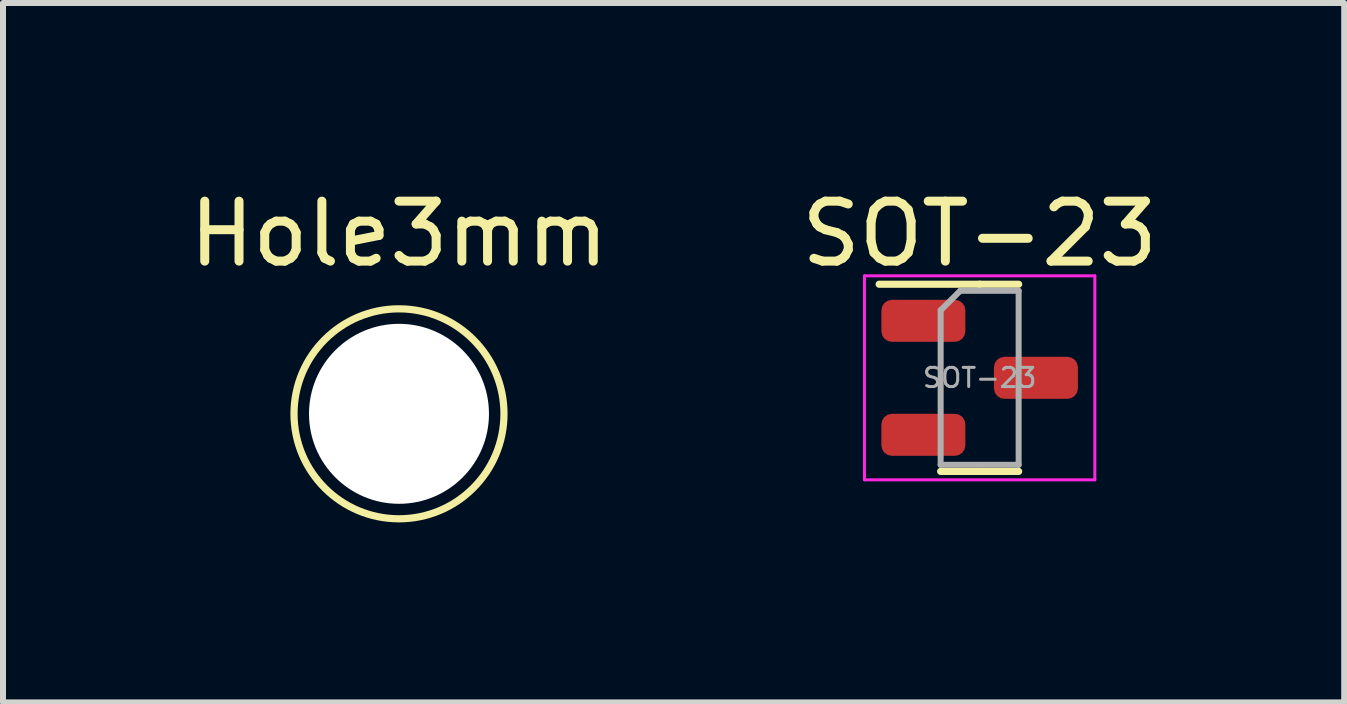
<source format=kicad_pcb>
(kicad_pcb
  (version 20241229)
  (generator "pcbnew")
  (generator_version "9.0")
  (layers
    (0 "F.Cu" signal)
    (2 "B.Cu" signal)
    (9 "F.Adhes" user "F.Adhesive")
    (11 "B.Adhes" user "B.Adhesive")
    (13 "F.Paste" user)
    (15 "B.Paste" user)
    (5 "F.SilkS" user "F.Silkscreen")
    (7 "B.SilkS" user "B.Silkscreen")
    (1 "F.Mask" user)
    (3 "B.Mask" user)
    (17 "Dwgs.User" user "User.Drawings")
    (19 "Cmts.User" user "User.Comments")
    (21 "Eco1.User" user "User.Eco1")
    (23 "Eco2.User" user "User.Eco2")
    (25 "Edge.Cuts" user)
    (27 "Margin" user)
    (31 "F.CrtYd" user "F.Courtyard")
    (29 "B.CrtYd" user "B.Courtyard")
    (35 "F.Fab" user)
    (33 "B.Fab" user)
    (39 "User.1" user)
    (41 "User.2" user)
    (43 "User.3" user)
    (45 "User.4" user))
  (footprint "SOT-23"
    (layer "F.Cu")
    (at 13.28 3.248)
    (property "Reference" "SOT-23" (at 0 -2.4 0) (layer "F.SilkS") (effects (font (size 1 1) (thickness 0.15))))
    (attr smd)
    (fp_line (start 0 -1.56) (end -1.675 -1.56) (stroke (width 0.12) (type solid)) (layer "F.SilkS"))
    (fp_line (start 0 -1.56) (end 0.65 -1.56) (stroke (width 0.12) (type solid)) (layer "F.SilkS"))
    (fp_line (start 0 1.56) (end -0.65 1.56) (stroke (width 0.12) (type solid)) (layer "F.SilkS"))
    (fp_line (start 0 1.56) (end 0.65 1.56) (stroke (width 0.12) (type solid)) (layer "F.SilkS"))
    (fp_line (start -1.92 -1.7) (end -1.92 1.7) (stroke (width 0.05) (type solid)) (layer "F.CrtYd"))
    (fp_line (start -1.92 1.7) (end 1.92 1.7) (stroke (width 0.05) (type solid)) (layer "F.CrtYd"))
    (fp_line (start 1.92 -1.7) (end -1.92 -1.7) (stroke (width 0.05) (type solid)) (layer "F.CrtYd"))
    (fp_line (start 1.92 1.7) (end 1.92 -1.7) (stroke (width 0.05) (type solid)) (layer "F.CrtYd"))
    (fp_line (start -0.65 -1.125) (end -0.325 -1.45) (stroke (width 0.1) (type solid)) (layer "F.Fab"))
    (fp_line (start -0.65 1.45) (end -0.65 -1.125) (stroke (width 0.1) (type solid)) (layer "F.Fab"))
    (fp_line (start -0.325 -1.45) (end 0.65 -1.45) (stroke (width 0.1) (type solid)) (layer "F.Fab"))
    (fp_line (start 0.65 -1.45) (end 0.65 1.45) (stroke (width 0.1) (type solid)) (layer "F.Fab"))
    (fp_line (start 0.65 1.45) (end -0.65 1.45) (stroke (width 0.1) (type solid)) (layer "F.Fab"))
    (fp_text user "${REFERENCE}" (at 0 0 0) (layer "F.Fab") (effects (font (size 0.32 0.32) (thickness 0.05))))
    (pad "1" smd roundrect (at -0.938 -0.95) (size 1.4 0.7) (layers "F.Cu" "F.Mask" "F.Paste") (roundrect_rratio 0.25))
    (pad "2" smd roundrect (at -0.938 0.95) (size 1.4 0.7) (layers "F.Cu" "F.Mask" "F.Paste") (roundrect_rratio 0.25))
    (pad "3" smd roundrect (at 0.938 0) (size 1.4 0.7) (layers "F.Cu" "F.Mask" "F.Paste") (roundrect_rratio 0.25)))
  (footprint "Hole3mm"
    (layer "F.Cu")
    (at 3.601 3.848)
    (property "Reference" "Hole3mm" (at 0 -3 0) (unlocked yes) (layer "F.SilkS") (effects (font (size 1 1) (thickness 0.15))))
    (attr through_hole)
    (fp_circle (center 0 0) (end 1.75 0) (stroke (width 0.12) (type default)) (fill no) (layer "F.SilkS"))
    (pad "" np_thru_hole circle (at 0 0) (size 3 3) (drill 3) (layers "*.Cu")))
  (gr_rect
    (start -3 -3)
    (end 19.357 8.658)
    (stroke (width 0.1) (type default))
    (fill no)
    (layer "Edge.Cuts")))
</source>
